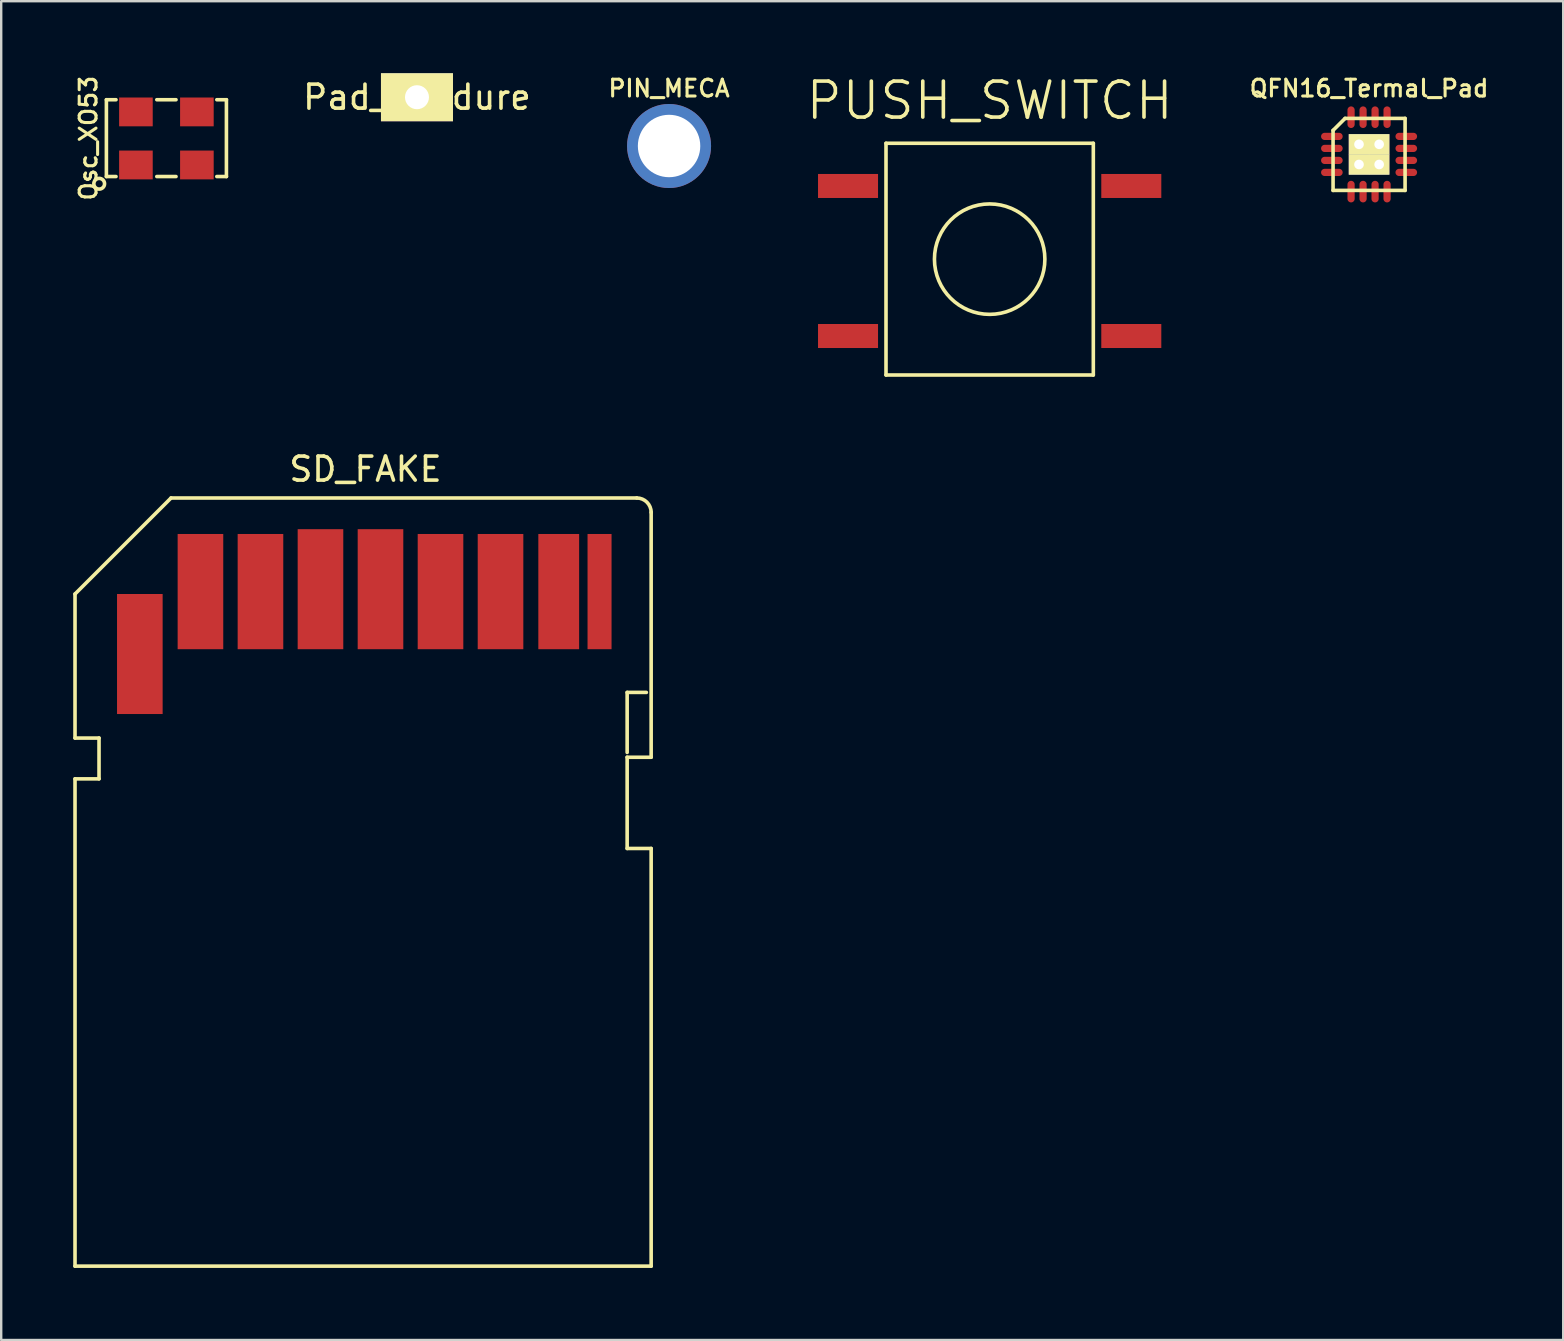
<source format=kicad_pcb>
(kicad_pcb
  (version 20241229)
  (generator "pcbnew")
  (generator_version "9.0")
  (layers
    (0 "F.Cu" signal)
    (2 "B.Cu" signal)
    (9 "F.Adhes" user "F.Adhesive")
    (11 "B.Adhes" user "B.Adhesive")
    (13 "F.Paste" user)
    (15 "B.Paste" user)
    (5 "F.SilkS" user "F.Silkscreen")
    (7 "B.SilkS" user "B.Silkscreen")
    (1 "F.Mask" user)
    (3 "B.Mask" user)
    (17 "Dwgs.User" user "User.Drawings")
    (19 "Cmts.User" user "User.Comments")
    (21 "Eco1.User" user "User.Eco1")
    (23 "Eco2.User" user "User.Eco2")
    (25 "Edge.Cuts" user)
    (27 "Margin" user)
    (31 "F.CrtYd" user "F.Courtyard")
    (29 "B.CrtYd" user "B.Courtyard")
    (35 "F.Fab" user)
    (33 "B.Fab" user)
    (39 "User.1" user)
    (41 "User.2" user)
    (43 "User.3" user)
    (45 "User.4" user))
  (footprint "QFN16_Termal_Pad"
    (layer "F.Cu")
    (at 53.981 3.382)
    (property "Reference" "QFN16_Termal_Pad" (at 0 -2.75 180) (layer "F.SilkS") (effects (font (size 0.7 0.7) (thickness 0.127))))
    (attr smd)
    (fp_line (start -1.5 -1) (end -1.5 1.5) (stroke (width 0.15) (type solid)) (layer "F.SilkS"))
    (fp_line (start -1.5 1.5) (end 1.5 1.5) (stroke (width 0.15) (type solid)) (layer "F.SilkS"))
    (fp_line (start -1 -1.5) (end -1.5 -1) (stroke (width 0.15) (type solid)) (layer "F.SilkS"))
    (fp_line (start 1.5 -1.5) (end -1 -1.5) (stroke (width 0.15) (type solid)) (layer "F.SilkS"))
    (fp_line (start 1.5 1.5) (end 1.5 -1.5) (stroke (width 0.15) (type solid)) (layer "F.SilkS"))
    (pad "1" smd oval (at -1.55 -0.75) (size 0.9 0.3) (layers "F.Cu" "F.Mask" "F.Paste"))
    (pad "2" smd oval (at -1.55 -0.25) (size 0.9 0.3) (layers "F.Cu" "F.Mask" "F.Paste"))
    (pad "3" smd oval (at -1.55 0.25) (size 0.9 0.3) (layers "F.Cu" "F.Mask" "F.Paste"))
    (pad "4" smd oval (at -1.55 0.75) (size 0.9 0.3) (layers "F.Cu" "F.Mask" "F.Paste"))
    (pad "5" smd oval (at -0.75 1.55 90) (size 0.9 0.3) (layers "F.Cu" "F.Mask" "F.Paste"))
    (pad "6" smd oval (at -0.25 1.55 90) (size 0.9 0.3) (layers "F.Cu" "F.Mask" "F.Paste"))
    (pad "7" smd oval (at 0.25 1.55 90) (size 0.9 0.3) (layers "F.Cu" "F.Mask" "F.Paste"))
    (pad "8" smd oval (at 0.75 1.55 90) (size 0.9 0.3) (layers "F.Cu" "F.Mask" "F.Paste"))
    (pad "9" smd oval (at 1.55 0.75 180) (size 0.9 0.3) (layers "F.Cu" "F.Mask" "F.Paste"))
    (pad "10" smd oval (at 1.55 0.25 180) (size 0.9 0.3) (layers "F.Cu" "F.Mask" "F.Paste"))
    (pad "11" smd oval (at 1.55 -0.25 180) (size 0.9 0.3) (layers "F.Cu" "F.Mask" "F.Paste"))
    (pad "12" smd oval (at 1.55 -0.75 180) (size 0.9 0.3) (layers "F.Cu" "F.Mask" "F.Paste"))
    (pad "13" smd oval (at 0.75 -1.55 270) (size 0.9 0.3) (layers "F.Cu" "F.Mask" "F.Paste"))
    (pad "14" smd oval (at 0.25 -1.55 270) (size 0.9 0.3) (layers "F.Cu" "F.Mask" "F.Paste"))
    (pad "15" smd oval (at -0.25 -1.55 270) (size 0.9 0.3) (layers "F.Cu" "F.Mask" "F.Paste"))
    (pad "16" smd oval (at -0.75 -1.55 270) (size 0.9 0.3) (layers "F.Cu" "F.Mask" "F.Paste"))
    (pad "17" thru_hole rect (at -0.42 -0.42 270) (size 0.85 0.85) (drill 0.4) (layers "*.Cu" "*.Mask" "F.SilkS" "F.Paste"))
    (pad "17" thru_hole rect (at -0.42 0.42 270) (size 0.85 0.85) (drill 0.4) (layers "*.Cu" "*.Mask" "F.SilkS" "F.Paste"))
    (pad "17" thru_hole rect (at 0.42 -0.42 270) (size 0.85 0.85) (drill 0.4) (layers "*.Cu" "*.Mask" "F.SilkS" "F.Paste"))
    (pad "17" thru_hole rect (at 0.42 0.42 270) (size 0.85 0.85) (drill 0.4) (layers "*.Cu" "*.Mask" "F.SilkS" "F.Paste")))
  (footprint "PUSH_SWITCH"
    (layer "F.Cu")
    (at 38.176 7.745)
    (property "Reference" "PUSH_SWITCH" (at 0 -6.604 0) (layer "F.SilkS") (effects (font (size 1.5 1.5) (thickness 0.15))))
    (attr through_hole)
    (fp_line (start -4.318 4.826) (end -4.318 -4.826) (stroke (width 0.15) (type solid)) (layer "F.SilkS"))
    (fp_line (start -4.318 4.826) (end 4.318 4.826) (stroke (width 0.15) (type solid)) (layer "F.SilkS"))
    (fp_line (start 4.318 -4.826) (end -4.318 -4.826) (stroke (width 0.15) (type solid)) (layer "F.SilkS"))
    (fp_line (start 4.318 -4.826) (end 4.318 4.826) (stroke (width 0.15) (type solid)) (layer "F.SilkS"))
    (fp_circle (center 0 0) (end -0.254 2.286) (stroke (width 0.15) (type solid)) (fill no) (layer "F.SilkS"))
    (pad "1" smd rect (at -5.9 -3.048) (size 2.5 1) (layers "F.Cu" "F.Mask" "F.Paste"))
    (pad "2" smd rect (at -5.9 3.202) (size 2.5 1) (layers "F.Cu" "F.Mask" "F.Paste"))
    (pad "3" smd rect (at 5.9 3.202) (size 2.5 1) (layers "F.Cu" "F.Mask" "F.Paste"))
    (pad "4" smd rect (at 5.9 -3.048) (size 2.5 1) (layers "F.Cu" "F.Mask" "F.Paste")))
  (footprint "Pad_soudure"
    (layer "F.Cu")
    (at 14.32 1)
    (property "Reference" "Pad_soudure" (at 0 0 0) (layer "F.SilkS") (effects (font (size 1 1) (thickness 0.15))))
    (attr through_hole)
    (pad "" thru_hole rect (at 0 0) (size 3 2) (drill 1) (layers "*.Cu" "*.Mask" "F.SilkS")))
  (footprint "Osc_XO53"
    (layer "F.Cu")
    (at 3.882 2.704)
    (property "Reference" "Osc_XO53" (at -3.25 0 90) (layer "F.SilkS") (effects (font (size 0.7 0.7) (thickness 0.127))))
    (attr smd)
    (fp_line (start -2.5 -1.6) (end -2.1 -1.6) (stroke (width 0.15) (type solid)) (layer "F.SilkS"))
    (fp_line (start -2.5 1.6) (end -2.5 -1.6) (stroke (width 0.15) (type solid)) (layer "F.SilkS"))
    (fp_line (start -2.1 1.6) (end -2.5 1.6) (stroke (width 0.15) (type solid)) (layer "F.SilkS"))
    (fp_line (start 0.4 -1.6) (end -0.4 -1.6) (stroke (width 0.15) (type solid)) (layer "F.SilkS"))
    (fp_line (start 0.4 1.6) (end -0.4 1.6) (stroke (width 0.15) (type solid)) (layer "F.SilkS"))
    (fp_line (start 2.5 -1.6) (end 2.1 -1.6) (stroke (width 0.15) (type solid)) (layer "F.SilkS"))
    (fp_line (start 2.5 -1.6) (end 2.5 1.6) (stroke (width 0.15) (type solid)) (layer "F.SilkS"))
    (fp_line (start 2.5 1.6) (end 2.1 1.6) (stroke (width 0.15) (type solid)) (layer "F.SilkS"))
    (fp_circle (center -2.8 1.9) (end -2.9 2.1) (stroke (width 0.15) (type solid)) (fill no) (layer "F.SilkS"))
    (pad "1" smd rect (at -1.27 1.118) (size 1.4 1.2) (layers "F.Cu" "F.Mask" "F.Paste"))
    (pad "2" smd rect (at 1.27 1.118) (size 1.4 1.2) (layers "F.Cu" "F.Mask" "F.Paste"))
    (pad "3" smd rect (at 1.27 -1.092) (size 1.4 1.2) (layers "F.Cu" "F.Mask" "F.Paste"))
    (pad "4" smd rect (at -1.27 -1.092) (size 1.4 1.2) (layers "F.Cu" "F.Mask" "F.Paste")))
  (footprint "PIN_MECA"
    (layer "F.Cu")
    (at 24.821 3.032)
    (property "Reference" "PIN_MECA" (at 0 -2.4 0) (layer "F.SilkS") (effects (font (size 0.7 0.7) (thickness 0.127))))
    (attr through_hole)
    (pad "1" thru_hole circle (at 0 0) (size 3.5 3.5) (drill 2.6) (layers "*.Cu" "*.Mask")))
  (footprint "SD_FAKE"
    (layer "F.Cu")
    (at 12.175 21.494)
    (property "Reference" "SD_FAKE" (at 0 -5 0) (layer "F.SilkS") (effects (font (size 1 1) (thickness 0.15))))
    (attr through_hole)
    (fp_line (start -12.1 0.2) (end -12.1 6.2) (stroke (width 0.15) (type solid)) (layer "F.SilkS"))
    (fp_line (start -12.1 6.2) (end -11.1 6.2) (stroke (width 0.15) (type solid)) (layer "F.SilkS"))
    (fp_line (start -12.1 7.9) (end -12.1 28.2) (stroke (width 0.15) (type solid)) (layer "F.SilkS"))
    (fp_line (start -12.1 28.2) (end 11.9 28.2) (stroke (width 0.15) (type solid)) (layer "F.SilkS"))
    (fp_line (start -11.1 6.2) (end -11.1 7.9) (stroke (width 0.15) (type solid)) (layer "F.SilkS"))
    (fp_line (start -11.1 7.9) (end -12.1 7.9) (stroke (width 0.15) (type solid)) (layer "F.SilkS"))
    (fp_line (start -8.1 -3.8) (end -12.1 0.2) (stroke (width 0.15) (type solid)) (layer "F.SilkS"))
    (fp_line (start -8.1 -3.8) (end 11.3 -3.8) (stroke (width 0.15) (type solid)) (layer "F.SilkS"))
    (fp_line (start 10.9 4.3) (end 11.7 4.3) (stroke (width 0.15) (type solid)) (layer "F.SilkS"))
    (fp_line (start 10.9 6.8) (end 10.9 4.3) (stroke (width 0.15) (type solid)) (layer "F.SilkS"))
    (fp_line (start 10.9 7) (end 11.9 7) (stroke (width 0.15) (type solid)) (layer "F.SilkS"))
    (fp_line (start 10.9 10.8) (end 10.9 7) (stroke (width 0.15) (type solid)) (layer "F.SilkS"))
    (fp_line (start 11.9 -3.2) (end 11.9 7) (stroke (width 0.15) (type solid)) (layer "F.SilkS"))
    (fp_line (start 11.9 10.8) (end 10.9 10.8) (stroke (width 0.15) (type solid)) (layer "F.SilkS"))
    (fp_line (start 11.9 28.2) (end 11.9 10.8) (stroke (width 0.15) (type solid)) (layer "F.SilkS"))
    (fp_arc (start 11.3 -3.8) (mid 11.724264 -3.624264) (end 11.9 -3.2) (stroke (width 0.15) (type solid)) (layer "F.SilkS"))
    (pad "1" smd rect (at -9.4 2.7) (size 1.9 5) (layers "F.Cu" "F.Mask" "F.Paste"))
    (pad "2" smd rect (at -6.875 0.1) (size 1.9 4.8) (layers "F.Cu" "F.Mask" "F.Paste"))
    (pad "3" smd rect (at -4.375 0.1) (size 1.9 4.8) (layers "F.Cu" "F.Mask" "F.Paste"))
    (pad "4" smd rect (at -1.875 0) (size 1.9 5) (layers "F.Cu" "F.Mask" "F.Paste"))
    (pad "5" smd rect (at 0.625 0) (size 1.9 5) (layers "F.Cu" "F.Mask" "F.Paste"))
    (pad "6" smd rect (at 3.125 0.1) (size 1.9 4.8) (layers "F.Cu" "F.Mask" "F.Paste"))
    (pad "7" smd rect (at 5.625 0.1) (size 1.9 4.8) (layers "F.Cu" "F.Mask" "F.Paste"))
    (pad "8" smd rect (at 8.05 0.1) (size 1.7 4.8) (layers "F.Cu" "F.Mask" "F.Paste"))
    (pad "9" smd rect (at 9.75 0.1) (size 1 4.8) (layers "F.Cu" "F.Mask" "F.Paste")))
  (gr_rect
    (start -3 -3)
    (end 62.068 52.769)
    (stroke (width 0.1) (type default))
    (fill no)
    (layer "Edge.Cuts")))
</source>
